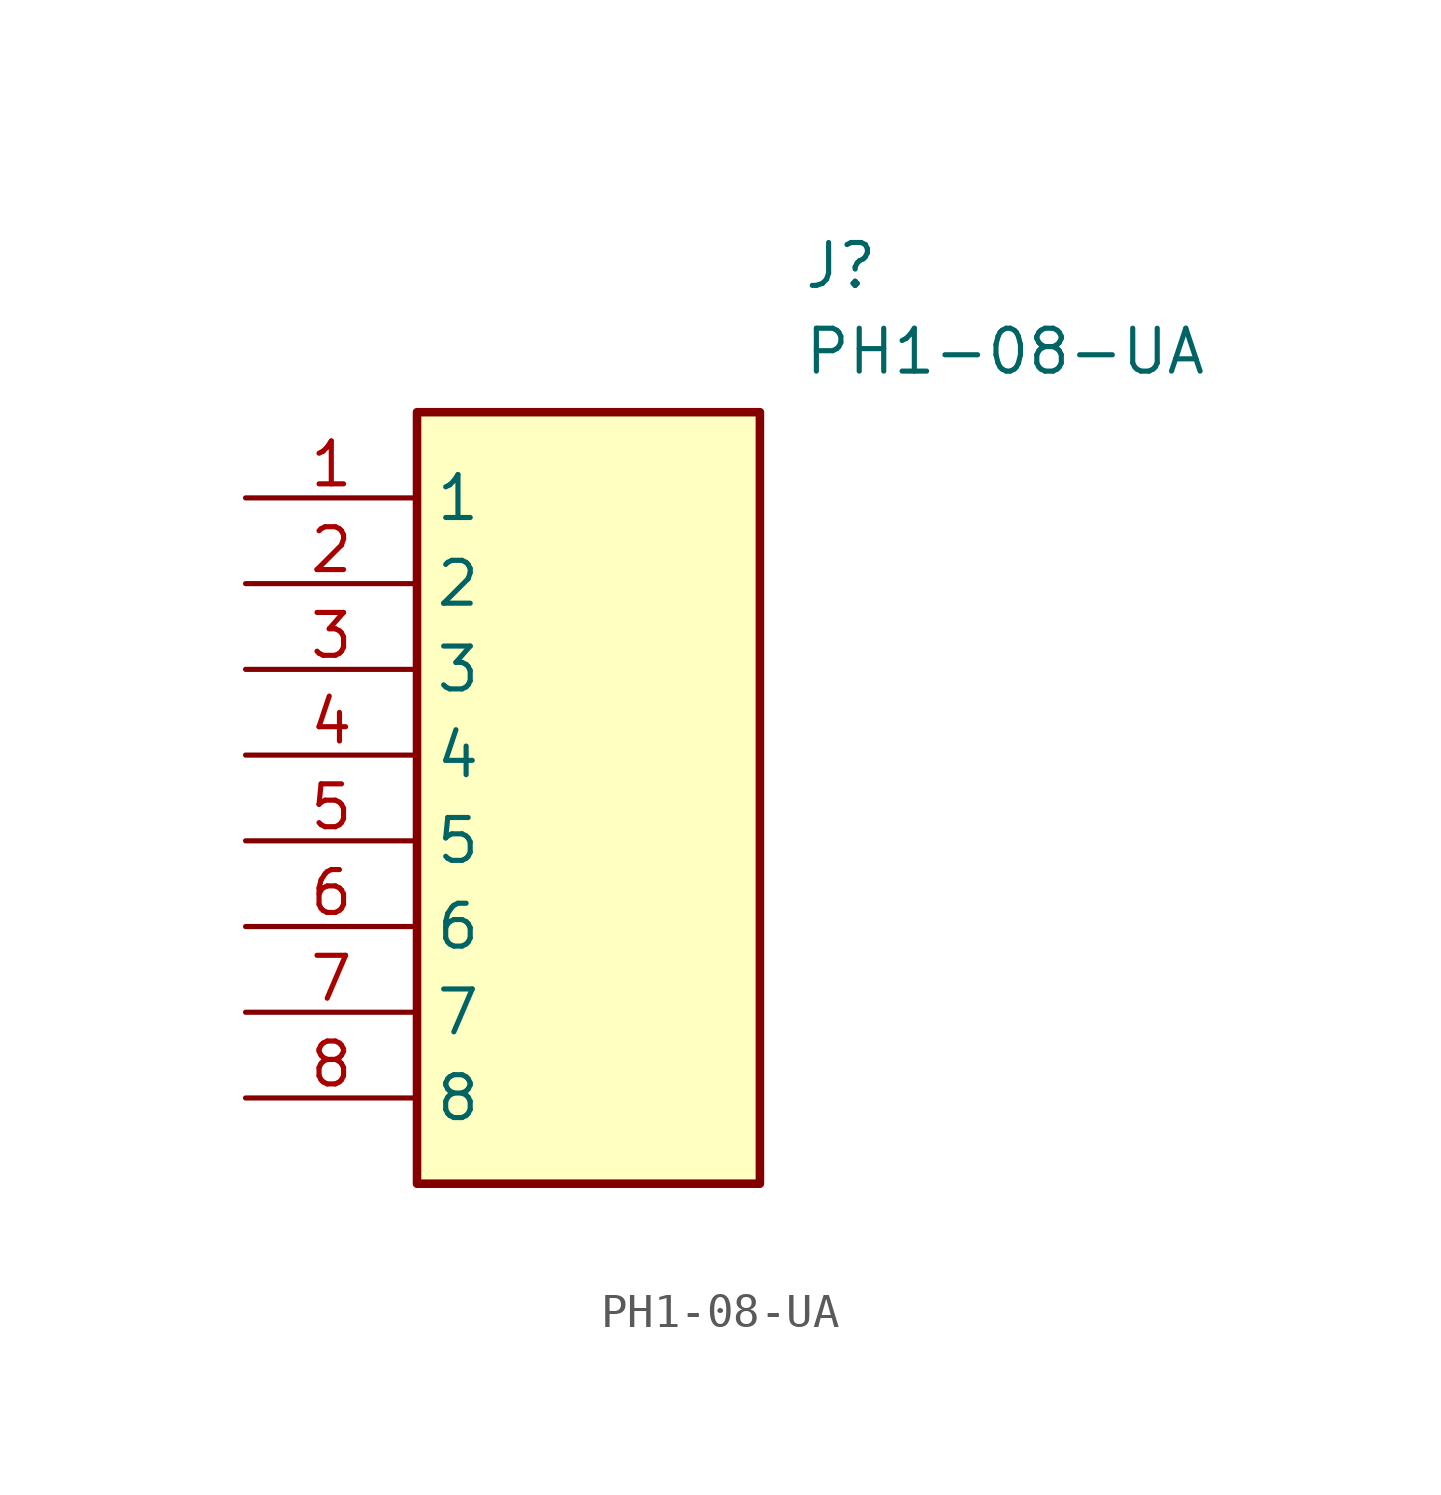
<source format=kicad_sym>
(kicad_symbol_lib
  (version 20211014)
  (generator SamacSys_ECAD_Model)
  (symbol "PH1-08-UA"
    (property "Reference" "J"
      (at 16.51 7.62 0)
      (effects (font (size 1.27 1.27)) (justify left top)))
    (property "Value" "PH1-08-UA"
      (at 16.51 5.08 0)
      (effects (font (size 1.27 1.27)) (justify left top)))
    (rectangle
      (start 5.08 2.54)
      (end 15.24 -20.32)
      (stroke (width 0.254) (type default))
      (fill (type background)))
    (pin passive line
      (at 0 0 0)
      (length 5.08)
      (name "1" (effects (font (size 1.27 1.27))))
      (number "1" (effects (font (size 1.27 1.27)))))
    (pin passive line
      (at 0 -2.54 0)
      (length 5.08)
      (name "2" (effects (font (size 1.27 1.27))))
      (number "2" (effects (font (size 1.27 1.27)))))
    (pin passive line
      (at 0 -5.08 0)
      (length 5.08)
      (name "3" (effects (font (size 1.27 1.27))))
      (number "3" (effects (font (size 1.27 1.27)))))
    (pin passive line
      (at 0 -7.62 0)
      (length 5.08)
      (name "4" (effects (font (size 1.27 1.27))))
      (number "4" (effects (font (size 1.27 1.27)))))
    (pin passive line
      (at 0 -10.16 0)
      (length 5.08)
      (name "5" (effects (font (size 1.27 1.27))))
      (number "5" (effects (font (size 1.27 1.27)))))
    (pin passive line
      (at 0 -12.7 0)
      (length 5.08)
      (name "6" (effects (font (size 1.27 1.27))))
      (number "6" (effects (font (size 1.27 1.27)))))
    (pin passive line
      (at 0 -15.24 0)
      (length 5.08)
      (name "7" (effects (font (size 1.27 1.27))))
      (number "7" (effects (font (size 1.27 1.27)))))
    (pin passive line
      (at 0 -17.78 0)
      (length 5.08)
      (name "8" (effects (font (size 1.27 1.27))))
      (number "8" (effects (font (size 1.27 1.27)))))))
</source>
